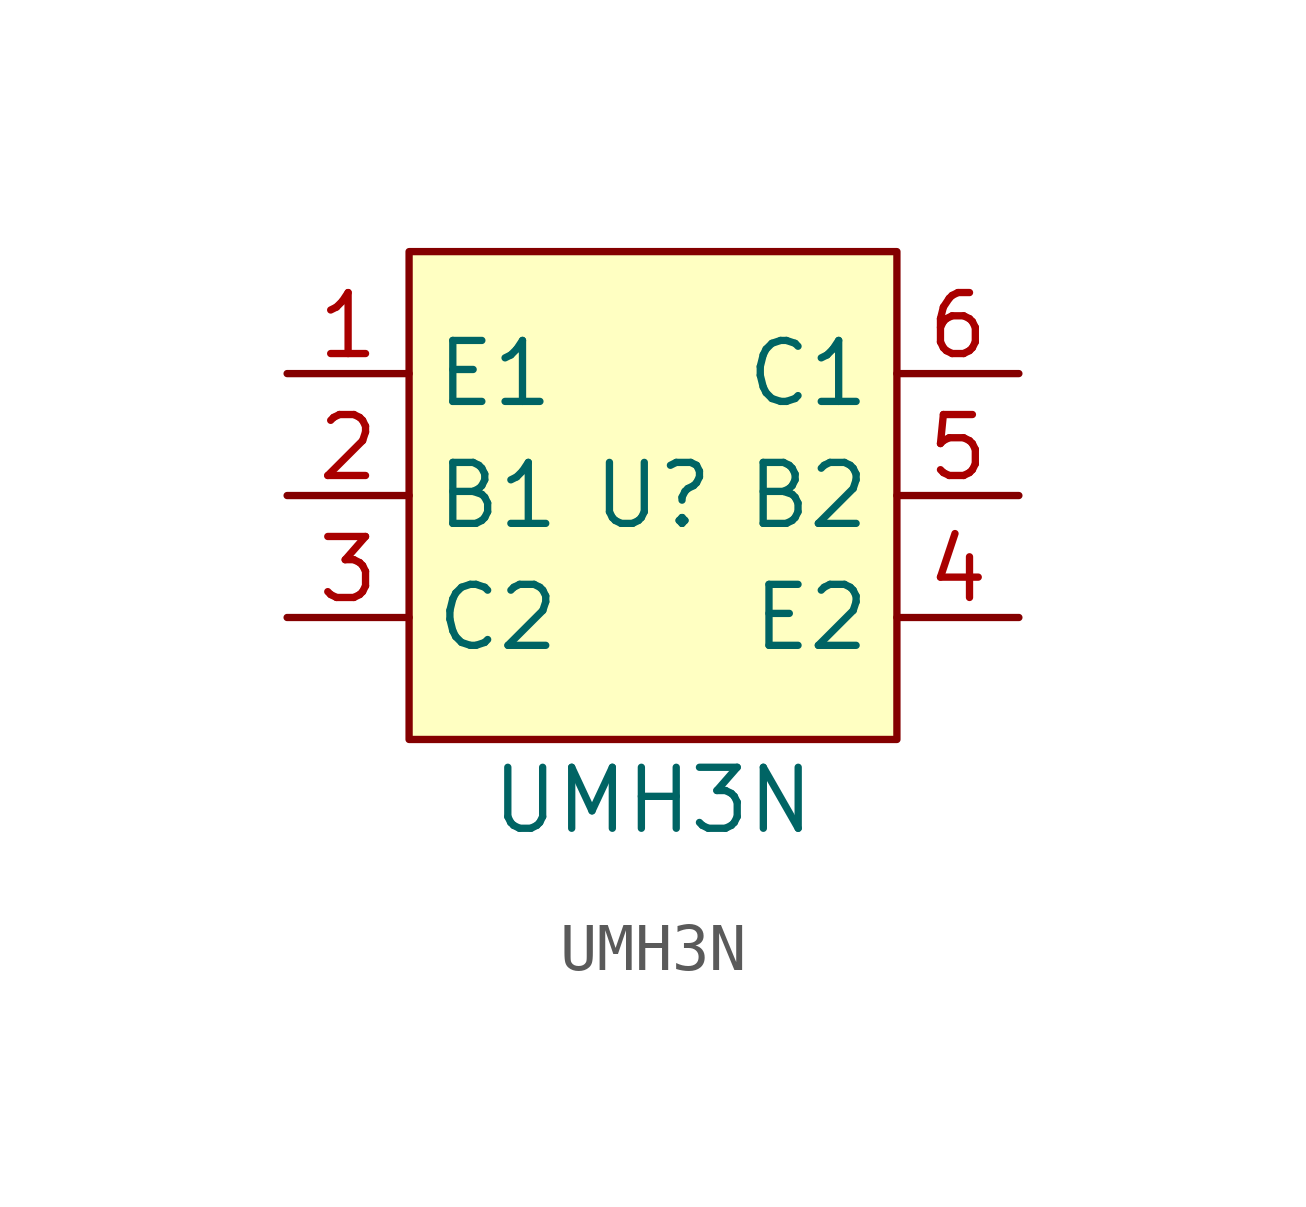
<source format=kicad_sym>
(kicad_symbol_lib
  (version 20211014)
  (generator kicad_symbol_editor)
  (symbol "UMH3N"
    (property "Reference" "U"
      (at 0 0 0)
      (effects (font (size 1.27 1.27))))
    (property "Value" "UMH3N"
      (at 0 -6.35 0)
      (effects (font (size 1.27 1.27))))
    (symbol "UMH3N_0_1"
      (rectangle (start -5.08 5.08) (end 5.08 -5.08) (stroke (width 0) (type default) (color 0 0 0 0)) (fill (type background))))
    (symbol "UMH3N_1_1"
      (pin input line (at -7.62 2.54 0) (length 2.54) (name "E1" (effects (font (size 1.27 1.27)))) (number "1" (effects (font (size 1.27 1.27)))))
      (pin input line (at -7.62 0 0) (length 2.54) (name "B1" (effects (font (size 1.27 1.27)))) (number "2" (effects (font (size 1.27 1.27)))))
      (pin input line (at -7.62 -2.54 0) (length 2.54) (name "C2" (effects (font (size 1.27 1.27)))) (number "3" (effects (font (size 1.27 1.27)))))
      (pin input line (at 7.62 -2.54 180) (length 2.54) (name "E2" (effects (font (size 1.27 1.27)))) (number "4" (effects (font (size 1.27 1.27)))))
      (pin input line (at 7.62 0 180) (length 2.54) (name "B2" (effects (font (size 1.27 1.27)))) (number "5" (effects (font (size 1.27 1.27)))))
      (pin input line (at 7.62 2.54 180) (length 2.54) (name "C1" (effects (font (size 1.27 1.27)))) (number "6" (effects (font (size 1.27 1.27))))))))
</source>
